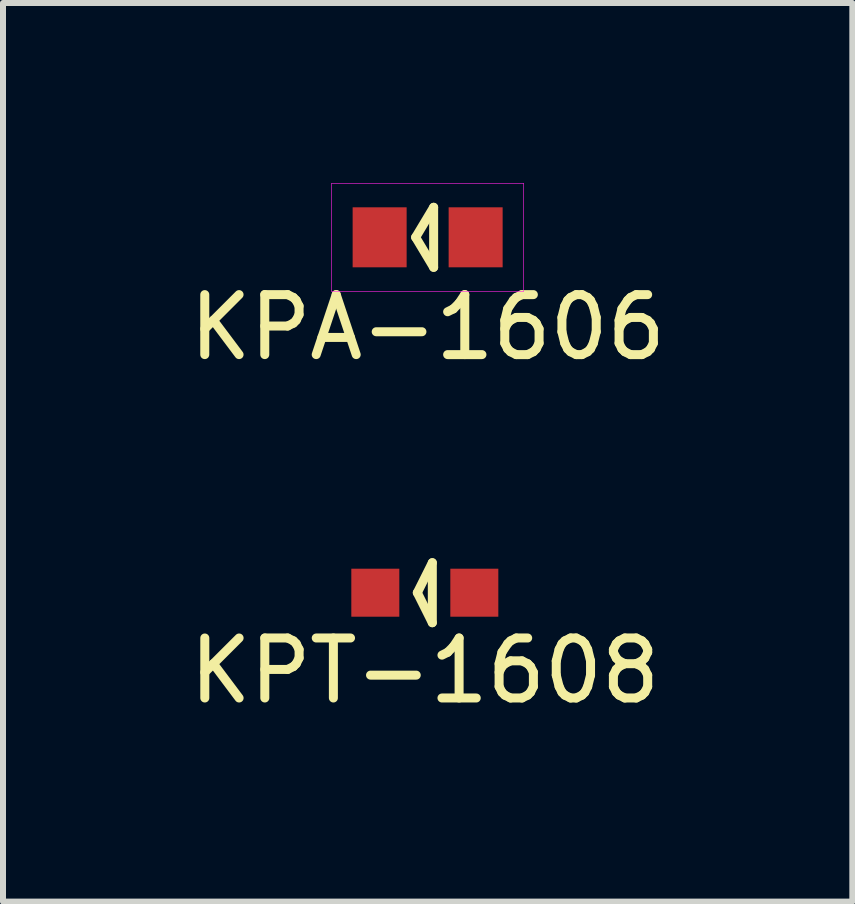
<source format=kicad_pcb>
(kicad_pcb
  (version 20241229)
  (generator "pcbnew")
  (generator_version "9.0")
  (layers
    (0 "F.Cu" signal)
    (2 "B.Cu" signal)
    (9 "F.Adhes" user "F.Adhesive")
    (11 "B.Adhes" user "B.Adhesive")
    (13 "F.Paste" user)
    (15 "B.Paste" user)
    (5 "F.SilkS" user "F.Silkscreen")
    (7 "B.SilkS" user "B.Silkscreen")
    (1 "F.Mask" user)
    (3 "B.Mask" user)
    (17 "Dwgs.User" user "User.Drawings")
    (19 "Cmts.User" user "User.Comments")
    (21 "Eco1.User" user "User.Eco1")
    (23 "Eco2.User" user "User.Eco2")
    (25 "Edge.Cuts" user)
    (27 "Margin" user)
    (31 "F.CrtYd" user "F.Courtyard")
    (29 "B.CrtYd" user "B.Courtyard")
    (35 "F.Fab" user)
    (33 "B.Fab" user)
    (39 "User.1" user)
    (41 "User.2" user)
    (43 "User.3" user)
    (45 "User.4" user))
  (footprint "KPA-1606"
    (layer "F.Cu")
    (at 4.077 0.905)
    (property "Reference" "KPA-1606" (at 0 1.5 0) (layer "F.SilkS") (effects (font (size 1 1) (thickness 0.15))))
    (attr through_hole)
    (fp_line (start -0.2 0) (end 0.1 -0.5) (stroke (width 0.15) (type solid)) (layer "F.SilkS"))
    (fp_line (start 0.1 -0.5) (end 0.1 0.5) (stroke (width 0.15) (type solid)) (layer "F.SilkS"))
    (fp_line (start 0.1 0.5) (end -0.2 0) (stroke (width 0.15) (type solid)) (layer "F.SilkS"))
    (fp_line (start -1.6 -0.9) (end 1.6 -0.9) (stroke (width 0.01) (type solid)) (layer "F.CrtYd"))
    (fp_line (start -1.6 0.9) (end -1.6 -0.9) (stroke (width 0.01) (type solid)) (layer "F.CrtYd"))
    (fp_line (start 1.6 -0.9) (end 1.6 0.9) (stroke (width 0.01) (type solid)) (layer "F.CrtYd"))
    (fp_line (start 1.6 0.9) (end -1.6 0.9) (stroke (width 0.01) (type solid)) (layer "F.CrtYd"))
    (pad "1" smd rect (at -0.8 0) (size 0.9 1) (layers "F.Cu" "F.Mask" "F.Paste"))
    (pad "2" smd rect (at 0.8 0) (size 0.9 1) (layers "F.Cu" "F.Mask" "F.Paste")))
  (footprint "KPT-1608"
    (layer "F.Cu")
    (at 4.03 6.828)
    (property "Reference" "KPT-1608" (at 0 1.3 0) (layer "F.SilkS") (effects (font (size 1 1) (thickness 0.15))))
    (attr through_hole)
    (fp_line (start -0.125 0) (end 0.125 -0.5) (stroke (width 0.15) (type solid)) (layer "F.SilkS"))
    (fp_line (start 0.125 -0.5) (end 0.125 0.5) (stroke (width 0.15) (type solid)) (layer "F.SilkS"))
    (fp_line (start 0.125 0.5) (end -0.125 0) (stroke (width 0.15) (type solid)) (layer "F.SilkS"))
    (pad "1" smd rect (at -0.825 0) (size 0.8 0.8) (layers "F.Cu" "F.Mask" "F.Paste"))
    (pad "2" smd rect (at 0.825 0) (size 0.8 0.8) (layers "F.Cu" "F.Mask" "F.Paste")))
  (gr_rect
    (start -3 -3)
    (end 11.155 11.976)
    (stroke (width 0.1) (type default))
    (fill no)
    (layer "Edge.Cuts")))
</source>
